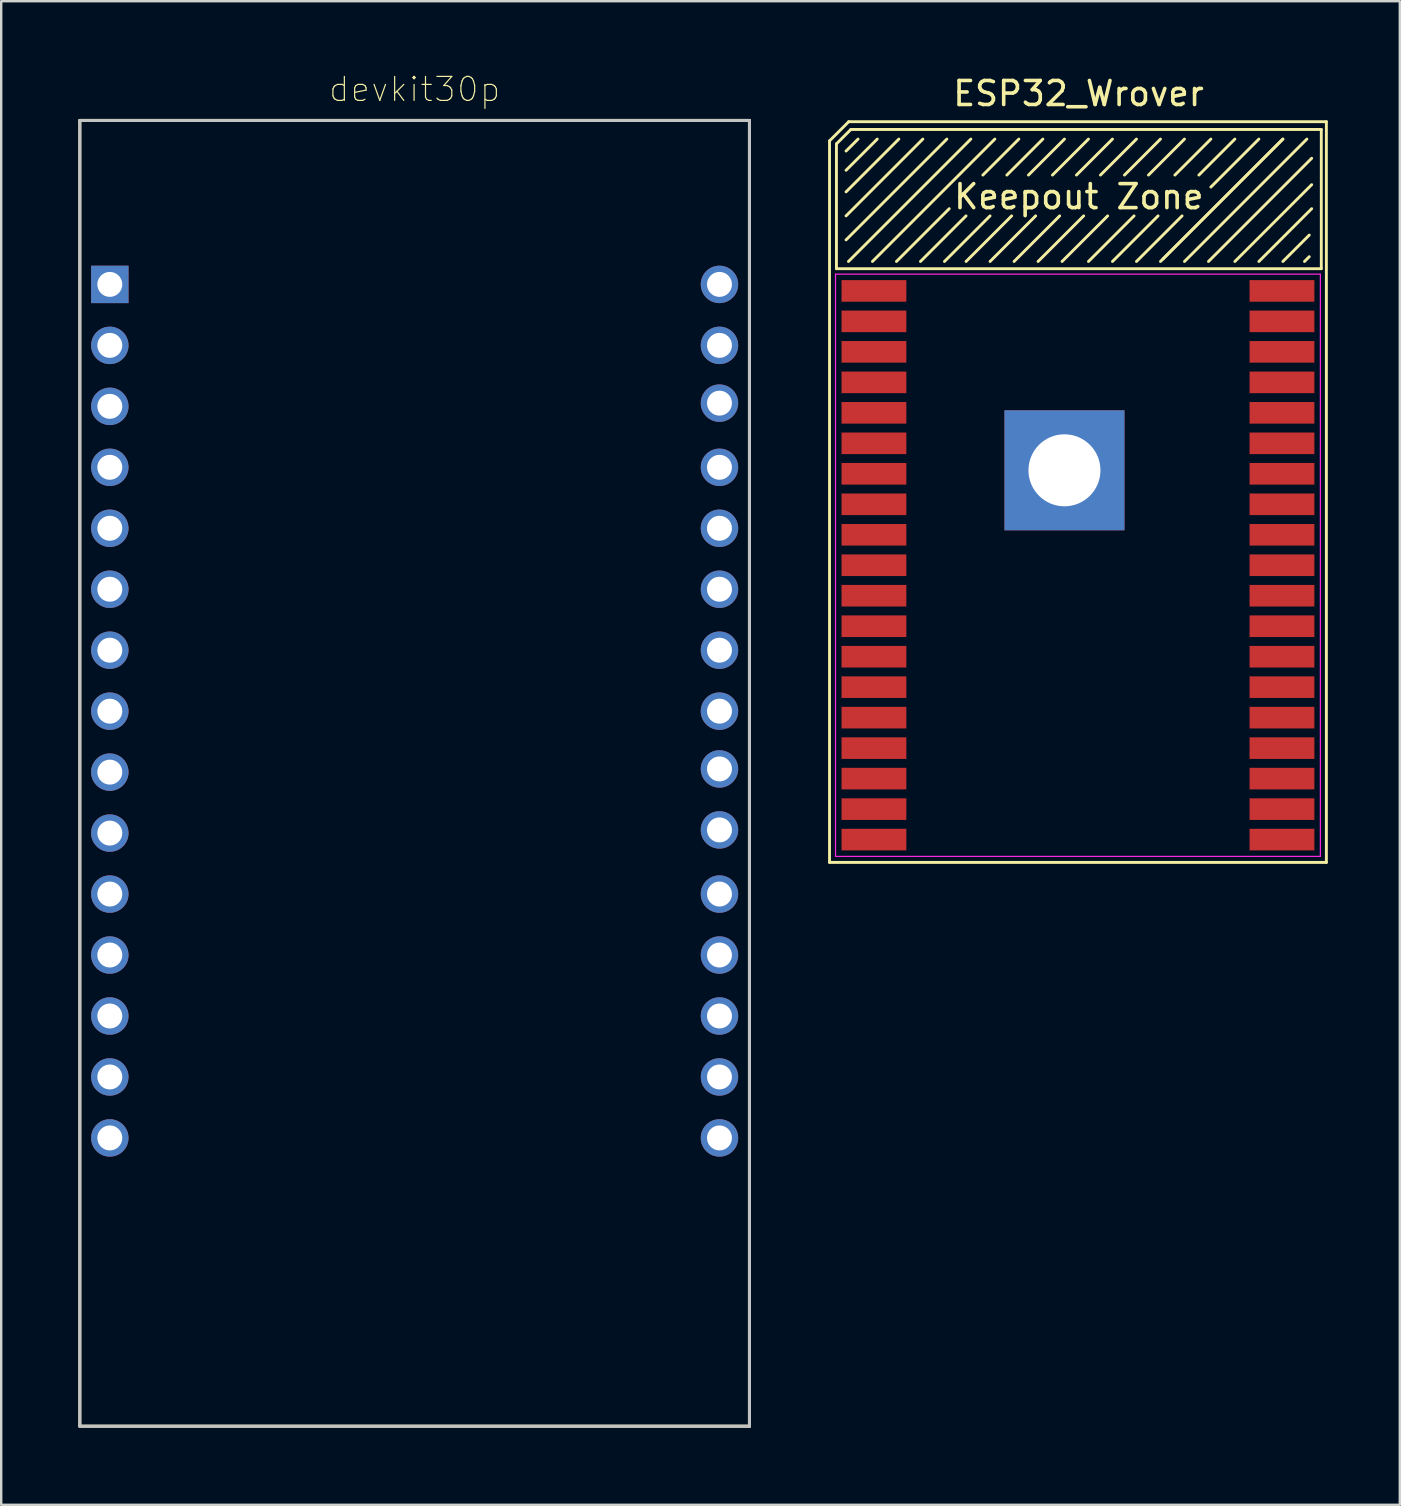
<source format=kicad_pcb>
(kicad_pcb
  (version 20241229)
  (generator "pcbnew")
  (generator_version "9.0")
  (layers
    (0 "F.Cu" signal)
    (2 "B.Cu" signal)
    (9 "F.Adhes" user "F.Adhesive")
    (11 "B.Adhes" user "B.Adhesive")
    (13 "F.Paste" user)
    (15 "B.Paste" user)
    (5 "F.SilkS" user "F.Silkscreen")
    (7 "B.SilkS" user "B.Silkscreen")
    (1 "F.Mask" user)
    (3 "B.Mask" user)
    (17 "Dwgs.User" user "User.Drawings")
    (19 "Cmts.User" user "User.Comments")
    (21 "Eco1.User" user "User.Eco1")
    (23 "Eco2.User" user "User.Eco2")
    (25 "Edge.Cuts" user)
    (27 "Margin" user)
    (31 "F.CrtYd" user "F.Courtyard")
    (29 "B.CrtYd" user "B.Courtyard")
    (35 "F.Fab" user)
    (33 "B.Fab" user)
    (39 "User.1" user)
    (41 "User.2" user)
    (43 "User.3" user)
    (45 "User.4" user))
  (footprint "devkit30p"
    (layer "F.Cu")
    (at 14.225 29.119)
    (property "Reference" "devkit30p" (at 0 -28.446 0) (layer "F.SilkS") (effects (font (size 1 1) (thickness 0.05))))
    (attr through_hole)
    (fp_line (start -13.95 -27.15) (end 13.95 -27.15) (stroke (width 0.127) (type solid)) (layer "F.SilkS"))
    (fp_line (start -13.95 27.25) (end -13.95 -27.15) (stroke (width 0.127) (type solid)) (layer "F.SilkS"))
    (fp_line (start 13.95 -27.15) (end 13.95 27.25) (stroke (width 0.127) (type solid)) (layer "F.SilkS"))
    (fp_line (start 13.95 27.25) (end -13.95 27.25) (stroke (width 0.127) (type solid)) (layer "F.SilkS"))
    (fp_line (start -13.95 -27.15) (end 13.95 -27.15) (stroke (width 0.127) (type solid)) (layer "Dwgs.User"))
    (fp_line (start -13.95 27.25) (end -13.95 -27.15) (stroke (width 0.127) (type solid)) (layer "Dwgs.User"))
    (fp_line (start 13.95 -27.15) (end 13.95 27.25) (stroke (width 0.127) (type solid)) (layer "Dwgs.User"))
    (fp_line (start 13.95 27.25) (end -13.95 27.25) (stroke (width 0.127) (type solid)) (layer "Dwgs.User"))
    (fp_line (start -14.2 -27.4) (end 14.2 -27.4) (stroke (width 0.05) (type solid)) (layer "Eco1.User"))
    (fp_line (start -14.2 27.5) (end -14.2 -27.4) (stroke (width 0.05) (type solid)) (layer "Eco1.User"))
    (fp_line (start 14.2 -27.4) (end 14.2 27.5) (stroke (width 0.05) (type solid)) (layer "Eco1.User"))
    (fp_line (start 14.2 27.5) (end -14.2 27.5) (stroke (width 0.05) (type solid)) (layer "Eco1.User"))
    (pad "1" thru_hole rect (at -12.7 -20.32) (size 1.56 1.56) (drill 1.04) (layers "*.Cu" "*.Mask"))
    (pad "2" thru_hole circle (at -12.7 -17.78) (size 1.56 1.56) (drill 1.04) (layers "*.Cu" "*.Mask"))
    (pad "3" thru_hole circle (at -12.7 -15.24) (size 1.56 1.56) (drill 1.04) (layers "*.Cu" "*.Mask"))
    (pad "4" thru_hole circle (at -12.7 -12.7) (size 1.56 1.56) (drill 1.04) (layers "*.Cu" "*.Mask"))
    (pad "5" thru_hole circle (at -12.7 -10.16) (size 1.56 1.56) (drill 1.04) (layers "*.Cu" "*.Mask"))
    (pad "6" thru_hole circle (at -12.7 -7.62) (size 1.56 1.56) (drill 1.04) (layers "*.Cu" "*.Mask"))
    (pad "7" thru_hole circle (at -12.7 -5.08) (size 1.56 1.56) (drill 1.04) (layers "*.Cu" "*.Mask"))
    (pad "8" thru_hole circle (at -12.7 -2.54) (size 1.56 1.56) (drill 1.04) (layers "*.Cu" "*.Mask"))
    (pad "9" thru_hole circle (at -12.7 0) (size 1.56 1.56) (drill 1.04) (layers "*.Cu" "*.Mask"))
    (pad "10" thru_hole circle (at -12.7 2.54) (size 1.56 1.56) (drill 1.04) (layers "*.Cu" "*.Mask"))
    (pad "11" thru_hole circle (at -12.7 5.08) (size 1.56 1.56) (drill 1.04) (layers "*.Cu" "*.Mask"))
    (pad "12" thru_hole circle (at -12.7 7.62) (size 1.56 1.56) (drill 1.04) (layers "*.Cu" "*.Mask"))
    (pad "13" thru_hole circle (at -12.7 10.16) (size 1.56 1.56) (drill 1.04) (layers "*.Cu" "*.Mask"))
    (pad "14" thru_hole circle (at -12.7 12.7) (size 1.56 1.56) (drill 1.04) (layers "*.Cu" "*.Mask"))
    (pad "15" thru_hole circle (at -12.7 15.24) (size 1.56 1.56) (drill 1.04) (layers "*.Cu" "*.Mask"))
    (pad "16" thru_hole circle (at 12.7 15.24) (size 1.56 1.56) (drill 1.04) (layers "*.Cu" "*.Mask"))
    (pad "17" thru_hole circle (at 12.7 12.7) (size 1.56 1.56) (drill 1.04) (layers "*.Cu" "*.Mask"))
    (pad "18" thru_hole circle (at 12.7 10.16) (size 1.56 1.56) (drill 1.04) (layers "*.Cu" "*.Mask"))
    (pad "19" thru_hole circle (at 12.7 7.62) (size 1.56 1.56) (drill 1.04) (layers "*.Cu" "*.Mask"))
    (pad "20" thru_hole circle (at 12.7 5.08) (size 1.56 1.56) (drill 1.04) (layers "*.Cu" "*.Mask"))
    (pad "21" thru_hole circle (at 12.7 2.407) (size 1.56 1.56) (drill 1.04) (layers "*.Cu" "*.Mask"))
    (pad "22" thru_hole circle (at 12.7 -0.133) (size 1.56 1.56) (drill 1.04) (layers "*.Cu" "*.Mask"))
    (pad "23" thru_hole circle (at 12.7 -2.54) (size 1.56 1.56) (drill 1.04) (layers "*.Cu" "*.Mask"))
    (pad "24" thru_hole circle (at 12.7 -5.08) (size 1.56 1.56) (drill 1.04) (layers "*.Cu" "*.Mask"))
    (pad "25" thru_hole circle (at 12.7 -7.62) (size 1.56 1.56) (drill 1.04) (layers "*.Cu" "*.Mask"))
    (pad "26" thru_hole circle (at 12.7 -10.16) (size 1.56 1.56) (drill 1.04) (layers "*.Cu" "*.Mask"))
    (pad "27" thru_hole circle (at 12.7 -12.7) (size 1.56 1.56) (drill 1.04) (layers "*.Cu" "*.Mask"))
    (pad "28" thru_hole circle (at 12.7 -15.373) (size 1.56 1.56) (drill 1.04) (layers "*.Cu" "*.Mask"))
    (pad "29" thru_hole circle (at 12.7 -17.78) (size 1.56 1.56) (drill 1.04) (layers "*.Cu" "*.Mask"))
    (pad "30" thru_hole circle (at 12.7 -20.32) (size 1.56 1.56) (drill 1.04) (layers "*.Cu" "*.Mask")))
  (footprint "ESP32_Wrover"
    (layer "F.Cu")
    (at 41.898 8.244)
    (property "Reference" "ESP32_Wrover" (at -0.013 -7.396 0) (layer "F.SilkS") (effects (font (size 1 1) (thickness 0.15))))
    (attr smd)
    (fp_line (start -10.388 -5.425) (end -10.388 24.636) (stroke (width 0.12) (type solid)) (layer "F.SilkS"))
    (fp_line (start -10.388 -5.425) (end -9.588 -6.224) (stroke (width 0.12) (type solid)) (layer "F.SilkS"))
    (fp_line (start -10.1 -5.3) (end -10.1 -0.1) (stroke (width 0.12) (type solid)) (layer "F.SilkS"))
    (fp_line (start -10.1 -5.3) (end -9.5 -5.9) (stroke (width 0.12) (type solid)) (layer "F.SilkS"))
    (fp_line (start -10.1 -0.1) (end 10.1 -0.1) (stroke (width 0.12) (type solid)) (layer "F.SilkS"))
    (fp_line (start -9.7 -5) (end -9.2 -5.5) (stroke (width 0.12) (type solid)) (layer "F.SilkS"))
    (fp_line (start -9.7 -3.3) (end -7.5 -5.5) (stroke (width 0.12) (type solid)) (layer "F.SilkS"))
    (fp_line (start -9.7 -2.3) (end -6.5 -5.5) (stroke (width 0.12) (type solid)) (layer "F.SilkS"))
    (fp_line (start -9.7 -1.3) (end -5.5 -5.5) (stroke (width 0.12) (type solid)) (layer "F.SilkS"))
    (fp_line (start -9.6 -0.4) (end -4.5 -5.5) (stroke (width 0.12) (type solid)) (layer "F.SilkS"))
    (fp_line (start -9.588 -6.224) (end 10.312 -6.224) (stroke (width 0.12) (type solid)) (layer "F.SilkS"))
    (fp_line (start -8.6 -0.4) (end -3.5 -5.5) (stroke (width 0.12) (type solid)) (layer "F.SilkS"))
    (fp_line (start -8.4 -5.5) (end -9.7 -4.2) (stroke (width 0.12) (type solid)) (layer "F.SilkS"))
    (fp_line (start -7.6 -0.4) (end -5.4 -2.6) (stroke (width 0.12) (type solid)) (layer "F.SilkS"))
    (fp_line (start -6.6 -0.4) (end -4.7 -2.3) (stroke (width 0.12) (type solid)) (layer "F.SilkS"))
    (fp_line (start -5.6 -0.4) (end -3.7 -2.3) (stroke (width 0.12) (type solid)) (layer "F.SilkS"))
    (fp_line (start -4.7 -0.4) (end -2.8 -2.3) (stroke (width 0.12) (type solid)) (layer "F.SilkS"))
    (fp_line (start -3.7 -0.4) (end -1.8 -2.3) (stroke (width 0.12) (type solid)) (layer "F.SilkS"))
    (fp_line (start -2.7 -0.4) (end -0.8 -2.3) (stroke (width 0.12) (type solid)) (layer "F.SilkS"))
    (fp_line (start -2.5 -5.5) (end -4 -4) (stroke (width 0.12) (type solid)) (layer "F.SilkS"))
    (fp_line (start -1.7 -0.4) (end 0.2 -2.3) (stroke (width 0.12) (type solid)) (layer "F.SilkS"))
    (fp_line (start -1.5 -5.5) (end -3 -4) (stroke (width 0.12) (type solid)) (layer "F.SilkS"))
    (fp_line (start -0.7 -0.4) (end 1.2 -2.3) (stroke (width 0.12) (type solid)) (layer "F.SilkS"))
    (fp_line (start -0.6 -5.5) (end -2.1 -4) (stroke (width 0.12) (type solid)) (layer "F.SilkS"))
    (fp_line (start 0.4 -5.5) (end -1.1 -4) (stroke (width 0.12) (type solid)) (layer "F.SilkS"))
    (fp_line (start 0.4 -0.4) (end 2.3 -2.3) (stroke (width 0.12) (type solid)) (layer "F.SilkS"))
    (fp_line (start 1.4 -5.5) (end -0.1 -4) (stroke (width 0.12) (type solid)) (layer "F.SilkS"))
    (fp_line (start 1.4 -0.4) (end 3.3 -2.3) (stroke (width 0.12) (type solid)) (layer "F.SilkS"))
    (fp_line (start 2.4 -5.5) (end 0.9 -4) (stroke (width 0.12) (type solid)) (layer "F.SilkS"))
    (fp_line (start 2.4 -0.4) (end 4.3 -2.3) (stroke (width 0.12) (type solid)) (layer "F.SilkS"))
    (fp_line (start 3.4 -5.5) (end 1.9 -4) (stroke (width 0.12) (type solid)) (layer "F.SilkS"))
    (fp_line (start 3.4 -0.4) (end 8.5 -5.5) (stroke (width 0.12) (type solid)) (layer "F.SilkS"))
    (fp_line (start 4.4 -5.5) (end 2.9 -4) (stroke (width 0.12) (type solid)) (layer "F.SilkS"))
    (fp_line (start 4.4 -0.4) (end 9.5 -5.5) (stroke (width 0.12) (type solid)) (layer "F.SilkS"))
    (fp_line (start 5.4 -0.4) (end 9.7 -4.7) (stroke (width 0.12) (type solid)) (layer "F.SilkS"))
    (fp_line (start 5.5 -5.5) (end 4 -4) (stroke (width 0.12) (type solid)) (layer "F.SilkS"))
    (fp_line (start 6.5 -5.5) (end 5 -4) (stroke (width 0.12) (type solid)) (layer "F.SilkS"))
    (fp_line (start 6.5 -0.4) (end 9.7 -3.6) (stroke (width 0.12) (type solid)) (layer "F.SilkS"))
    (fp_line (start 7.5 -5.5) (end 5.5 -3.5) (stroke (width 0.12) (type solid)) (layer "F.SilkS"))
    (fp_line (start 7.5 -0.4) (end 9.7 -2.6) (stroke (width 0.12) (type solid)) (layer "F.SilkS"))
    (fp_line (start 8.5 -5.5) (end 3.5 -0.5) (stroke (width 0.12) (type solid)) (layer "F.SilkS"))
    (fp_line (start 9.6 -1.5) (end 8.5 -0.4) (stroke (width 0.12) (type solid)) (layer "F.SilkS"))
    (fp_line (start 9.6 -0.6) (end 9.4 -0.4) (stroke (width 0.12) (type solid)) (layer "F.SilkS"))
    (fp_line (start 10.1 -5.9) (end -9.5 -5.9) (stroke (width 0.12) (type solid)) (layer "F.SilkS"))
    (fp_line (start 10.1 -5.9) (end 10.1 -0.1) (stroke (width 0.12) (type solid)) (layer "F.SilkS"))
    (fp_line (start 10.312 -6.224) (end 10.312 24.636) (stroke (width 0.12) (type solid)) (layer "F.SilkS"))
    (fp_line (start 10.312 24.636) (end -10.388 24.636) (stroke (width 0.12) (type solid)) (layer "F.SilkS"))
    (fp_line (start -10.138 0.126) (end 10.062 0.126) (stroke (width 0.05) (type solid)) (layer "F.CrtYd"))
    (fp_line (start -10.138 24.386) (end -10.138 0.126) (stroke (width 0.05) (type solid)) (layer "F.CrtYd"))
    (fp_line (start 10.062 0.126) (end 10.062 24.386) (stroke (width 0.05) (type solid)) (layer "F.CrtYd"))
    (fp_line (start 10.062 24.386) (end -10.138 24.386) (stroke (width 0.05) (type solid)) (layer "F.CrtYd"))
    (fp_text user "Keepout Zone" (at 0 -3.1 0) (layer "F.SilkS") (effects (font (size 1 1) (thickness 0.15))))
    (pad "1" smd rect (at -8.538 0.826 270) (size 0.9 2.7) (layers "F.Cu" "F.Mask" "F.Paste"))
    (pad "2" smd rect (at -8.538 2.095 270) (size 0.9 2.7) (layers "F.Cu" "F.Mask" "F.Paste"))
    (pad "3" smd rect (at -8.538 3.365 270) (size 0.9 2.7) (layers "F.Cu" "F.Mask" "F.Paste"))
    (pad "4" smd rect (at -8.538 4.636 270) (size 0.9 2.7) (layers "F.Cu" "F.Mask" "F.Paste"))
    (pad "5" smd rect (at -8.538 5.905 270) (size 0.9 2.7) (layers "F.Cu" "F.Mask" "F.Paste"))
    (pad "6" smd rect (at -8.538 7.176 270) (size 0.9 2.7) (layers "F.Cu" "F.Mask" "F.Paste"))
    (pad "7" smd rect (at -8.538 8.445 270) (size 0.9 2.7) (layers "F.Cu" "F.Mask" "F.Paste"))
    (pad "8" smd rect (at -8.538 9.716 270) (size 0.9 2.7) (layers "F.Cu" "F.Mask" "F.Paste"))
    (pad "9" smd rect (at -8.538 10.986 270) (size 0.9 2.7) (layers "F.Cu" "F.Mask" "F.Paste"))
    (pad "10" smd rect (at -8.538 12.255 270) (size 0.9 2.7) (layers "F.Cu" "F.Mask" "F.Paste"))
    (pad "11" smd rect (at -8.538 13.525 270) (size 0.9 2.7) (layers "F.Cu" "F.Mask" "F.Paste"))
    (pad "12" smd rect (at -8.538 14.796 270) (size 0.9 2.7) (layers "F.Cu" "F.Mask" "F.Paste"))
    (pad "13" smd rect (at -8.538 16.066 270) (size 0.9 2.7) (layers "F.Cu" "F.Mask" "F.Paste"))
    (pad "14" smd rect (at -8.538 17.335 270) (size 0.9 2.7) (layers "F.Cu" "F.Mask" "F.Paste"))
    (pad "15" smd rect (at -8.538 18.605 270) (size 0.9 2.7) (layers "F.Cu" "F.Mask" "F.Paste"))
    (pad "16" smd rect (at -8.538 19.875 270) (size 0.9 2.7) (layers "F.Cu" "F.Mask" "F.Paste"))
    (pad "17" smd rect (at -8.538 21.145 270) (size 0.9 2.7) (layers "F.Cu" "F.Mask" "F.Paste"))
    (pad "18" smd rect (at -8.538 22.416 270) (size 0.9 2.7) (layers "F.Cu" "F.Mask" "F.Paste"))
    (pad "19" smd rect (at -8.538 23.686 270) (size 0.9 2.7) (layers "F.Cu" "F.Mask" "F.Paste"))
    (pad "20" smd rect (at 8.462 23.686 270) (size 0.9 2.7) (layers "F.Cu" "F.Mask" "F.Paste"))
    (pad "21" smd rect (at 8.462 22.416 270) (size 0.9 2.7) (layers "F.Cu" "F.Mask" "F.Paste"))
    (pad "22" smd rect (at 8.462 21.145 270) (size 0.9 2.7) (layers "F.Cu" "F.Mask" "F.Paste"))
    (pad "23" smd rect (at 8.462 19.875 270) (size 0.9 2.7) (layers "F.Cu" "F.Mask" "F.Paste"))
    (pad "24" smd rect (at 8.462 18.605 270) (size 0.9 2.7) (layers "F.Cu" "F.Mask" "F.Paste"))
    (pad "25" smd rect (at 8.462 17.335 270) (size 0.9 2.7) (layers "F.Cu" "F.Mask" "F.Paste"))
    (pad "26" smd rect (at 8.462 16.066 270) (size 0.9 2.7) (layers "F.Cu" "F.Mask" "F.Paste"))
    (pad "27" smd rect (at 8.462 14.796 270) (size 0.9 2.7) (layers "F.Cu" "F.Mask" "F.Paste"))
    (pad "28" smd rect (at 8.462 13.525 270) (size 0.9 2.7) (layers "F.Cu" "F.Mask" "F.Paste"))
    (pad "29" smd rect (at 8.462 12.255 270) (size 0.9 2.7) (layers "F.Cu" "F.Mask" "F.Paste"))
    (pad "30" smd rect (at 8.462 10.986 270) (size 0.9 2.7) (layers "F.Cu" "F.Mask" "F.Paste"))
    (pad "31" smd rect (at 8.462 9.716 270) (size 0.9 2.7) (layers "F.Cu" "F.Mask" "F.Paste"))
    (pad "32" smd rect (at 8.462 8.445 270) (size 0.9 2.7) (layers "F.Cu" "F.Mask" "F.Paste"))
    (pad "33" smd rect (at 8.462 7.176 270) (size 0.9 2.7) (layers "F.Cu" "F.Mask" "F.Paste"))
    (pad "34" smd rect (at 8.462 5.905 270) (size 0.9 2.7) (layers "F.Cu" "F.Mask" "F.Paste"))
    (pad "35" smd rect (at 8.462 4.636 270) (size 0.9 2.7) (layers "F.Cu" "F.Mask" "F.Paste"))
    (pad "36" smd rect (at 8.462 3.365 270) (size 0.9 2.7) (layers "F.Cu" "F.Mask" "F.Paste"))
    (pad "37" smd rect (at 8.462 2.095 270) (size 0.9 2.7) (layers "F.Cu" "F.Mask" "F.Paste"))
    (pad "38" smd rect (at 8.462 0.826 270) (size 0.9 2.7) (layers "F.Cu" "F.Mask" "F.Paste"))
    (pad "39" thru_hole rect (at -0.6 8.3) (size 5 5) (drill 3) (layers "*.Cu" "*.Mask")))
  (gr_rect
    (start -3 -3)
    (end 55.27 59.644)
    (stroke (width 0.1) (type default))
    (fill no)
    (layer "Edge.Cuts")))
</source>
